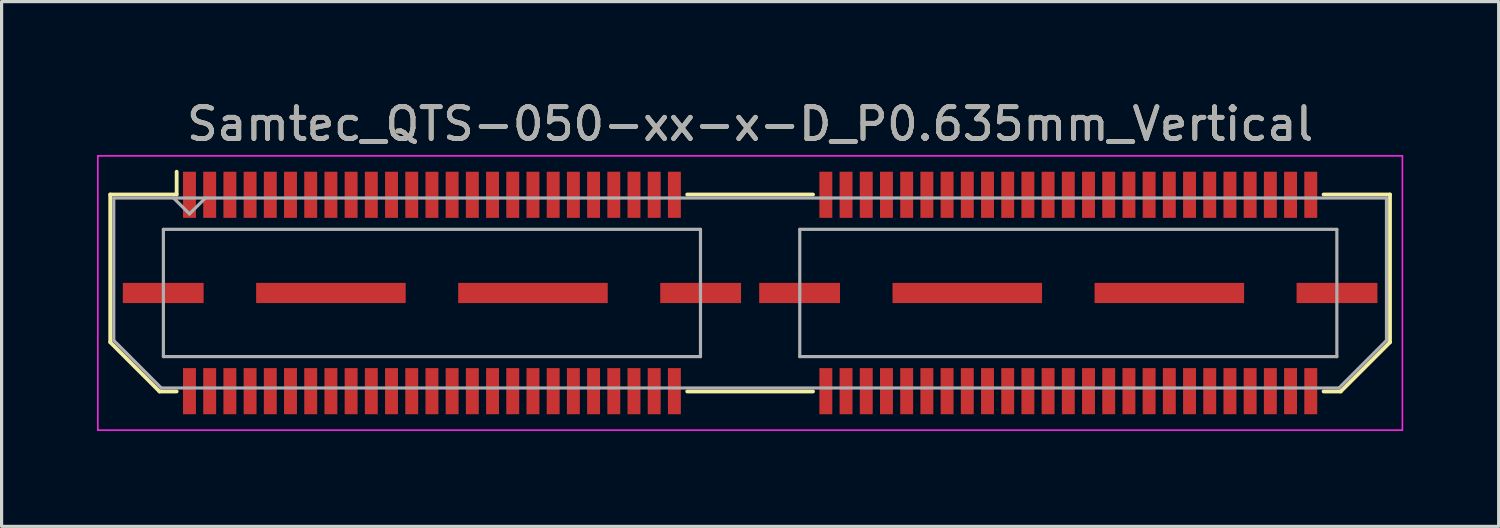
<source format=kicad_pcb>
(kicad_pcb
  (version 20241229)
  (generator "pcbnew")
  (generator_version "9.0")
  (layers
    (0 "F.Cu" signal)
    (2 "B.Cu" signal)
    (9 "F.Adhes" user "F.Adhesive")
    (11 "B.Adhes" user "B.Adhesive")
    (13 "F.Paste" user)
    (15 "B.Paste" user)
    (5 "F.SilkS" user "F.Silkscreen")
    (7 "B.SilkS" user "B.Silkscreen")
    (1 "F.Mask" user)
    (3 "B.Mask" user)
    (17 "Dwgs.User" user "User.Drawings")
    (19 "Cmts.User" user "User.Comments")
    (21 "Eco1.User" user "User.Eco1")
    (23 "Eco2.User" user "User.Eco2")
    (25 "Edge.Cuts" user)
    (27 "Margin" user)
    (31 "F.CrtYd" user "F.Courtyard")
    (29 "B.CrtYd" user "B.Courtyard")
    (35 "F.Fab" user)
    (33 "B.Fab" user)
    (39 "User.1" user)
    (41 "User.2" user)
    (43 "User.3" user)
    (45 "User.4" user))
  (footprint "Samtec_QTS-050-xx-x-D_P0.635mm_Vertical"
    (layer "F.Cu")
    (at 20.525 6.158)
    (property "Reference" "Samtec_QTS-050-xx-x-D_P0.635mm_Vertical" (at 0 -5.31 0) (layer "F.SilkS") (effects (font (size 1 1) (thickness 0.15))))
    (attr smd)
    (fp_line (start -20.11 -3.095) (end -20.11 1.548) (stroke (width 0.12) (type solid)) (layer "F.SilkS"))
    (fp_line (start -20.11 1.548) (end -18.562 3.095) (stroke (width 0.12) (type solid)) (layer "F.SilkS"))
    (fp_line (start -18.562 3.095) (end -18.023 3.095) (stroke (width 0.12) (type solid)) (layer "F.SilkS"))
    (fp_line (start -18.023 -3.811) (end -18.023 -3.095) (stroke (width 0.12) (type solid)) (layer "F.SilkS"))
    (fp_line (start -18.023 -3.095) (end -20.11 -3.095) (stroke (width 0.12) (type solid)) (layer "F.SilkS"))
    (fp_line (start -1.977 -3.095) (end 1.977 -3.095) (stroke (width 0.12) (type solid)) (layer "F.SilkS"))
    (fp_line (start -1.977 3.095) (end 1.977 3.095) (stroke (width 0.12) (type solid)) (layer "F.SilkS"))
    (fp_line (start 18.023 -3.095) (end 20.11 -3.095) (stroke (width 0.12) (type solid)) (layer "F.SilkS"))
    (fp_line (start 18.562 3.095) (end 18.023 3.095) (stroke (width 0.12) (type solid)) (layer "F.SilkS"))
    (fp_line (start 20.11 -3.095) (end 20.11 1.548) (stroke (width 0.12) (type solid)) (layer "F.SilkS"))
    (fp_line (start 20.11 1.548) (end 18.562 3.095) (stroke (width 0.12) (type solid)) (layer "F.SilkS"))
    (fp_line (start -20.5 -4.31) (end -20.5 4.31) (stroke (width 0.05) (type solid)) (layer "F.CrtYd"))
    (fp_line (start -20.5 4.31) (end 20.5 4.31) (stroke (width 0.05) (type solid)) (layer "F.CrtYd"))
    (fp_line (start 20.5 -4.31) (end -20.5 -4.31) (stroke (width 0.05) (type solid)) (layer "F.CrtYd"))
    (fp_line (start 20.5 4.31) (end 20.5 -4.31) (stroke (width 0.05) (type solid)) (layer "F.CrtYd"))
    (fp_line (start -20 -2.985) (end -20 1.492) (stroke (width 0.1) (type solid)) (layer "F.Fab"))
    (fp_line (start -20 -2.985) (end 20 -2.985) (stroke (width 0.1) (type solid)) (layer "F.Fab"))
    (fp_line (start -20 1.492) (end -18.508 2.985) (stroke (width 0.1) (type solid)) (layer "F.Fab"))
    (fp_line (start -18.508 2.985) (end 18.508 2.985) (stroke (width 0.1) (type solid)) (layer "F.Fab"))
    (fp_line (start -18.44 -2) (end -18.44 2) (stroke (width 0.1) (type solid)) (layer "F.Fab"))
    (fp_line (start -18.44 2) (end -1.56 2) (stroke (width 0.1) (type solid)) (layer "F.Fab"))
    (fp_line (start -17.62 -2.485) (end -18.12 -2.985) (stroke (width 0.1) (type solid)) (layer "F.Fab"))
    (fp_line (start -17.12 -2.985) (end -17.62 -2.485) (stroke (width 0.1) (type solid)) (layer "F.Fab"))
    (fp_line (start -1.56 -2) (end -18.44 -2) (stroke (width 0.1) (type solid)) (layer "F.Fab"))
    (fp_line (start -1.56 2) (end -1.56 -2) (stroke (width 0.1) (type solid)) (layer "F.Fab"))
    (fp_line (start 1.56 -2) (end 1.56 2) (stroke (width 0.1) (type solid)) (layer "F.Fab"))
    (fp_line (start 1.56 2) (end 18.44 2) (stroke (width 0.1) (type solid)) (layer "F.Fab"))
    (fp_line (start 18.44 -2) (end 1.56 -2) (stroke (width 0.1) (type solid)) (layer "F.Fab"))
    (fp_line (start 18.44 2) (end 18.44 -2) (stroke (width 0.1) (type solid)) (layer "F.Fab"))
    (fp_line (start 20 -2.985) (end 20 1.492) (stroke (width 0.1) (type solid)) (layer "F.Fab"))
    (fp_line (start 20 1.492) (end 18.508 2.985) (stroke (width 0.1) (type solid)) (layer "F.Fab"))
    (fp_text user "${REFERENCE}" (at 0 -5.31 0) (layer "F.Fab") (effects (font (size 1 1) (thickness 0.15))))
    (pad "1" smd rect (at -17.62 -3.086) (size 0.406 1.45) (layers "F.Cu" "F.Mask" "F.Paste"))
    (pad "2" smd rect (at -17.62 3.086) (size 0.406 1.45) (layers "F.Cu" "F.Mask" "F.Paste"))
    (pad "3" smd rect (at -16.985 -3.086) (size 0.406 1.45) (layers "F.Cu" "F.Mask" "F.Paste"))
    (pad "4" smd rect (at -16.985 3.086) (size 0.406 1.45) (layers "F.Cu" "F.Mask" "F.Paste"))
    (pad "5" smd rect (at -16.35 -3.086) (size 0.406 1.45) (layers "F.Cu" "F.Mask" "F.Paste"))
    (pad "6" smd rect (at -16.35 3.086) (size 0.406 1.45) (layers "F.Cu" "F.Mask" "F.Paste"))
    (pad "7" smd rect (at -15.715 -3.086) (size 0.406 1.45) (layers "F.Cu" "F.Mask" "F.Paste"))
    (pad "8" smd rect (at -15.715 3.086) (size 0.406 1.45) (layers "F.Cu" "F.Mask" "F.Paste"))
    (pad "9" smd rect (at -15.08 -3.086) (size 0.406 1.45) (layers "F.Cu" "F.Mask" "F.Paste"))
    (pad "10" smd rect (at -15.08 3.086) (size 0.406 1.45) (layers "F.Cu" "F.Mask" "F.Paste"))
    (pad "11" smd rect (at -14.445 -3.086) (size 0.406 1.45) (layers "F.Cu" "F.Mask" "F.Paste"))
    (pad "12" smd rect (at -14.445 3.086) (size 0.406 1.45) (layers "F.Cu" "F.Mask" "F.Paste"))
    (pad "13" smd rect (at -13.81 -3.086) (size 0.406 1.45) (layers "F.Cu" "F.Mask" "F.Paste"))
    (pad "14" smd rect (at -13.81 3.086) (size 0.406 1.45) (layers "F.Cu" "F.Mask" "F.Paste"))
    (pad "15" smd rect (at -13.175 -3.086) (size 0.406 1.45) (layers "F.Cu" "F.Mask" "F.Paste"))
    (pad "16" smd rect (at -13.175 3.086) (size 0.406 1.45) (layers "F.Cu" "F.Mask" "F.Paste"))
    (pad "17" smd rect (at -12.54 -3.086) (size 0.406 1.45) (layers "F.Cu" "F.Mask" "F.Paste"))
    (pad "18" smd rect (at -12.54 3.086) (size 0.406 1.45) (layers "F.Cu" "F.Mask" "F.Paste"))
    (pad "19" smd rect (at -11.905 -3.086) (size 0.406 1.45) (layers "F.Cu" "F.Mask" "F.Paste"))
    (pad "20" smd rect (at -11.905 3.086) (size 0.406 1.45) (layers "F.Cu" "F.Mask" "F.Paste"))
    (pad "21" smd rect (at -11.27 -3.086) (size 0.406 1.45) (layers "F.Cu" "F.Mask" "F.Paste"))
    (pad "22" smd rect (at -11.27 3.086) (size 0.406 1.45) (layers "F.Cu" "F.Mask" "F.Paste"))
    (pad "23" smd rect (at -10.635 -3.086) (size 0.406 1.45) (layers "F.Cu" "F.Mask" "F.Paste"))
    (pad "24" smd rect (at -10.635 3.086) (size 0.406 1.45) (layers "F.Cu" "F.Mask" "F.Paste"))
    (pad "25" smd rect (at -10 -3.086) (size 0.406 1.45) (layers "F.Cu" "F.Mask" "F.Paste"))
    (pad "26" smd rect (at -10 3.086) (size 0.406 1.45) (layers "F.Cu" "F.Mask" "F.Paste"))
    (pad "27" smd rect (at -9.365 -3.086) (size 0.406 1.45) (layers "F.Cu" "F.Mask" "F.Paste"))
    (pad "28" smd rect (at -9.365 3.086) (size 0.406 1.45) (layers "F.Cu" "F.Mask" "F.Paste"))
    (pad "29" smd rect (at -8.73 -3.086) (size 0.406 1.45) (layers "F.Cu" "F.Mask" "F.Paste"))
    (pad "30" smd rect (at -8.73 3.086) (size 0.406 1.45) (layers "F.Cu" "F.Mask" "F.Paste"))
    (pad "31" smd rect (at -8.095 -3.086) (size 0.406 1.45) (layers "F.Cu" "F.Mask" "F.Paste"))
    (pad "32" smd rect (at -8.095 3.086) (size 0.406 1.45) (layers "F.Cu" "F.Mask" "F.Paste"))
    (pad "33" smd rect (at -7.46 -3.086) (size 0.406 1.45) (layers "F.Cu" "F.Mask" "F.Paste"))
    (pad "34" smd rect (at -7.46 3.086) (size 0.406 1.45) (layers "F.Cu" "F.Mask" "F.Paste"))
    (pad "35" smd rect (at -6.825 -3.086) (size 0.406 1.45) (layers "F.Cu" "F.Mask" "F.Paste"))
    (pad "36" smd rect (at -6.825 3.086) (size 0.406 1.45) (layers "F.Cu" "F.Mask" "F.Paste"))
    (pad "37" smd rect (at -6.19 -3.086) (size 0.406 1.45) (layers "F.Cu" "F.Mask" "F.Paste"))
    (pad "38" smd rect (at -6.19 3.086) (size 0.406 1.45) (layers "F.Cu" "F.Mask" "F.Paste"))
    (pad "39" smd rect (at -5.555 -3.086) (size 0.406 1.45) (layers "F.Cu" "F.Mask" "F.Paste"))
    (pad "40" smd rect (at -5.555 3.086) (size 0.406 1.45) (layers "F.Cu" "F.Mask" "F.Paste"))
    (pad "41" smd rect (at -4.92 -3.086) (size 0.406 1.45) (layers "F.Cu" "F.Mask" "F.Paste"))
    (pad "42" smd rect (at -4.92 3.086) (size 0.406 1.45) (layers "F.Cu" "F.Mask" "F.Paste"))
    (pad "43" smd rect (at -4.285 -3.086) (size 0.406 1.45) (layers "F.Cu" "F.Mask" "F.Paste"))
    (pad "44" smd rect (at -4.285 3.086) (size 0.406 1.45) (layers "F.Cu" "F.Mask" "F.Paste"))
    (pad "45" smd rect (at -3.65 -3.086) (size 0.406 1.45) (layers "F.Cu" "F.Mask" "F.Paste"))
    (pad "46" smd rect (at -3.65 3.086) (size 0.406 1.45) (layers "F.Cu" "F.Mask" "F.Paste"))
    (pad "47" smd rect (at -3.015 -3.086) (size 0.406 1.45) (layers "F.Cu" "F.Mask" "F.Paste"))
    (pad "48" smd rect (at -3.015 3.086) (size 0.406 1.45) (layers "F.Cu" "F.Mask" "F.Paste"))
    (pad "49" smd rect (at -2.38 -3.086) (size 0.406 1.45) (layers "F.Cu" "F.Mask" "F.Paste"))
    (pad "50" smd rect (at -2.38 3.086) (size 0.406 1.45) (layers "F.Cu" "F.Mask" "F.Paste"))
    (pad "51" smd rect (at 2.38 -3.086) (size 0.406 1.45) (layers "F.Cu" "F.Mask" "F.Paste"))
    (pad "52" smd rect (at 2.38 3.086) (size 0.406 1.45) (layers "F.Cu" "F.Mask" "F.Paste"))
    (pad "53" smd rect (at 3.015 -3.086) (size 0.406 1.45) (layers "F.Cu" "F.Mask" "F.Paste"))
    (pad "54" smd rect (at 3.015 3.086) (size 0.406 1.45) (layers "F.Cu" "F.Mask" "F.Paste"))
    (pad "55" smd rect (at 3.65 -3.086) (size 0.406 1.45) (layers "F.Cu" "F.Mask" "F.Paste"))
    (pad "56" smd rect (at 3.65 3.086) (size 0.406 1.45) (layers "F.Cu" "F.Mask" "F.Paste"))
    (pad "57" smd rect (at 4.285 -3.086) (size 0.406 1.45) (layers "F.Cu" "F.Mask" "F.Paste"))
    (pad "58" smd rect (at 4.285 3.086) (size 0.406 1.45) (layers "F.Cu" "F.Mask" "F.Paste"))
    (pad "59" smd rect (at 4.92 -3.086) (size 0.406 1.45) (layers "F.Cu" "F.Mask" "F.Paste"))
    (pad "60" smd rect (at 4.92 3.086) (size 0.406 1.45) (layers "F.Cu" "F.Mask" "F.Paste"))
    (pad "61" smd rect (at 5.555 -3.086) (size 0.406 1.45) (layers "F.Cu" "F.Mask" "F.Paste"))
    (pad "62" smd rect (at 5.555 3.086) (size 0.406 1.45) (layers "F.Cu" "F.Mask" "F.Paste"))
    (pad "63" smd rect (at 6.19 -3.086) (size 0.406 1.45) (layers "F.Cu" "F.Mask" "F.Paste"))
    (pad "64" smd rect (at 6.19 3.086) (size 0.406 1.45) (layers "F.Cu" "F.Mask" "F.Paste"))
    (pad "65" smd rect (at 6.825 -3.086) (size 0.406 1.45) (layers "F.Cu" "F.Mask" "F.Paste"))
    (pad "66" smd rect (at 6.825 3.086) (size 0.406 1.45) (layers "F.Cu" "F.Mask" "F.Paste"))
    (pad "67" smd rect (at 7.46 -3.086) (size 0.406 1.45) (layers "F.Cu" "F.Mask" "F.Paste"))
    (pad "68" smd rect (at 7.46 3.086) (size 0.406 1.45) (layers "F.Cu" "F.Mask" "F.Paste"))
    (pad "69" smd rect (at 8.095 -3.086) (size 0.406 1.45) (layers "F.Cu" "F.Mask" "F.Paste"))
    (pad "70" smd rect (at 8.095 3.086) (size 0.406 1.45) (layers "F.Cu" "F.Mask" "F.Paste"))
    (pad "71" smd rect (at 8.73 -3.086) (size 0.406 1.45) (layers "F.Cu" "F.Mask" "F.Paste"))
    (pad "72" smd rect (at 8.73 3.086) (size 0.406 1.45) (layers "F.Cu" "F.Mask" "F.Paste"))
    (pad "73" smd rect (at 9.365 -3.086) (size 0.406 1.45) (layers "F.Cu" "F.Mask" "F.Paste"))
    (pad "74" smd rect (at 9.365 3.086) (size 0.406 1.45) (layers "F.Cu" "F.Mask" "F.Paste"))
    (pad "75" smd rect (at 10 -3.086) (size 0.406 1.45) (layers "F.Cu" "F.Mask" "F.Paste"))
    (pad "76" smd rect (at 10 3.086) (size 0.406 1.45) (layers "F.Cu" "F.Mask" "F.Paste"))
    (pad "77" smd rect (at 10.635 -3.086) (size 0.406 1.45) (layers "F.Cu" "F.Mask" "F.Paste"))
    (pad "78" smd rect (at 10.635 3.086) (size 0.406 1.45) (layers "F.Cu" "F.Mask" "F.Paste"))
    (pad "79" smd rect (at 11.27 -3.086) (size 0.406 1.45) (layers "F.Cu" "F.Mask" "F.Paste"))
    (pad "80" smd rect (at 11.27 3.086) (size 0.406 1.45) (layers "F.Cu" "F.Mask" "F.Paste"))
    (pad "81" smd rect (at 11.905 -3.086) (size 0.406 1.45) (layers "F.Cu" "F.Mask" "F.Paste"))
    (pad "82" smd rect (at 11.905 3.086) (size 0.406 1.45) (layers "F.Cu" "F.Mask" "F.Paste"))
    (pad "83" smd rect (at 12.54 -3.086) (size 0.406 1.45) (layers "F.Cu" "F.Mask" "F.Paste"))
    (pad "84" smd rect (at 12.54 3.086) (size 0.406 1.45) (layers "F.Cu" "F.Mask" "F.Paste"))
    (pad "85" smd rect (at 13.175 -3.086) (size 0.406 1.45) (layers "F.Cu" "F.Mask" "F.Paste"))
    (pad "86" smd rect (at 13.175 3.086) (size 0.406 1.45) (layers "F.Cu" "F.Mask" "F.Paste"))
    (pad "87" smd rect (at 13.81 -3.086) (size 0.406 1.45) (layers "F.Cu" "F.Mask" "F.Paste"))
    (pad "88" smd rect (at 13.81 3.086) (size 0.406 1.45) (layers "F.Cu" "F.Mask" "F.Paste"))
    (pad "89" smd rect (at 14.445 -3.086) (size 0.406 1.45) (layers "F.Cu" "F.Mask" "F.Paste"))
    (pad "90" smd rect (at 14.445 3.086) (size 0.406 1.45) (layers "F.Cu" "F.Mask" "F.Paste"))
    (pad "91" smd rect (at 15.08 -3.086) (size 0.406 1.45) (layers "F.Cu" "F.Mask" "F.Paste"))
    (pad "92" smd rect (at 15.08 3.086) (size 0.406 1.45) (layers "F.Cu" "F.Mask" "F.Paste"))
    (pad "93" smd rect (at 15.715 -3.086) (size 0.406 1.45) (layers "F.Cu" "F.Mask" "F.Paste"))
    (pad "94" smd rect (at 15.715 3.086) (size 0.406 1.45) (layers "F.Cu" "F.Mask" "F.Paste"))
    (pad "95" smd rect (at 16.35 -3.086) (size 0.406 1.45) (layers "F.Cu" "F.Mask" "F.Paste"))
    (pad "96" smd rect (at 16.35 3.086) (size 0.406 1.45) (layers "F.Cu" "F.Mask" "F.Paste"))
    (pad "97" smd rect (at 16.985 -3.086) (size 0.406 1.45) (layers "F.Cu" "F.Mask" "F.Paste"))
    (pad "98" smd rect (at 16.985 3.086) (size 0.406 1.45) (layers "F.Cu" "F.Mask" "F.Paste"))
    (pad "99" smd rect (at 17.62 -3.086) (size 0.406 1.45) (layers "F.Cu" "F.Mask" "F.Paste"))
    (pad "100" smd rect (at 17.62 3.086) (size 0.406 1.45) (layers "F.Cu" "F.Mask" "F.Paste"))
    (pad "P1" smd rect (at -18.445 0) (size 2.54 0.635) (layers "F.Cu" "F.Mask" "F.Paste"))
    (pad "P1" smd rect (at -13.175 0) (size 4.7 0.635) (layers "F.Cu" "F.Mask" "F.Paste"))
    (pad "P1" smd rect (at -6.825 0) (size 4.7 0.635) (layers "F.Cu" "F.Mask" "F.Paste"))
    (pad "P1" smd rect (at -1.555 0) (size 2.54 0.635) (layers "F.Cu" "F.Mask" "F.Paste"))
    (pad "P2" smd rect (at 1.555 0) (size 2.54 0.635) (layers "F.Cu" "F.Mask" "F.Paste"))
    (pad "P2" smd rect (at 6.825 0) (size 4.7 0.635) (layers "F.Cu" "F.Mask" "F.Paste"))
    (pad "P2" smd rect (at 13.175 0) (size 4.7 0.635) (layers "F.Cu" "F.Mask" "F.Paste"))
    (pad "P2" smd rect (at 18.445 0) (size 2.54 0.635) (layers "F.Cu" "F.Mask" "F.Paste")))
  (gr_rect
    (start -3 -3)
    (end 44.05 13.493)
    (stroke (width 0.1) (type default))
    (fill no)
    (layer "Edge.Cuts")))
</source>
